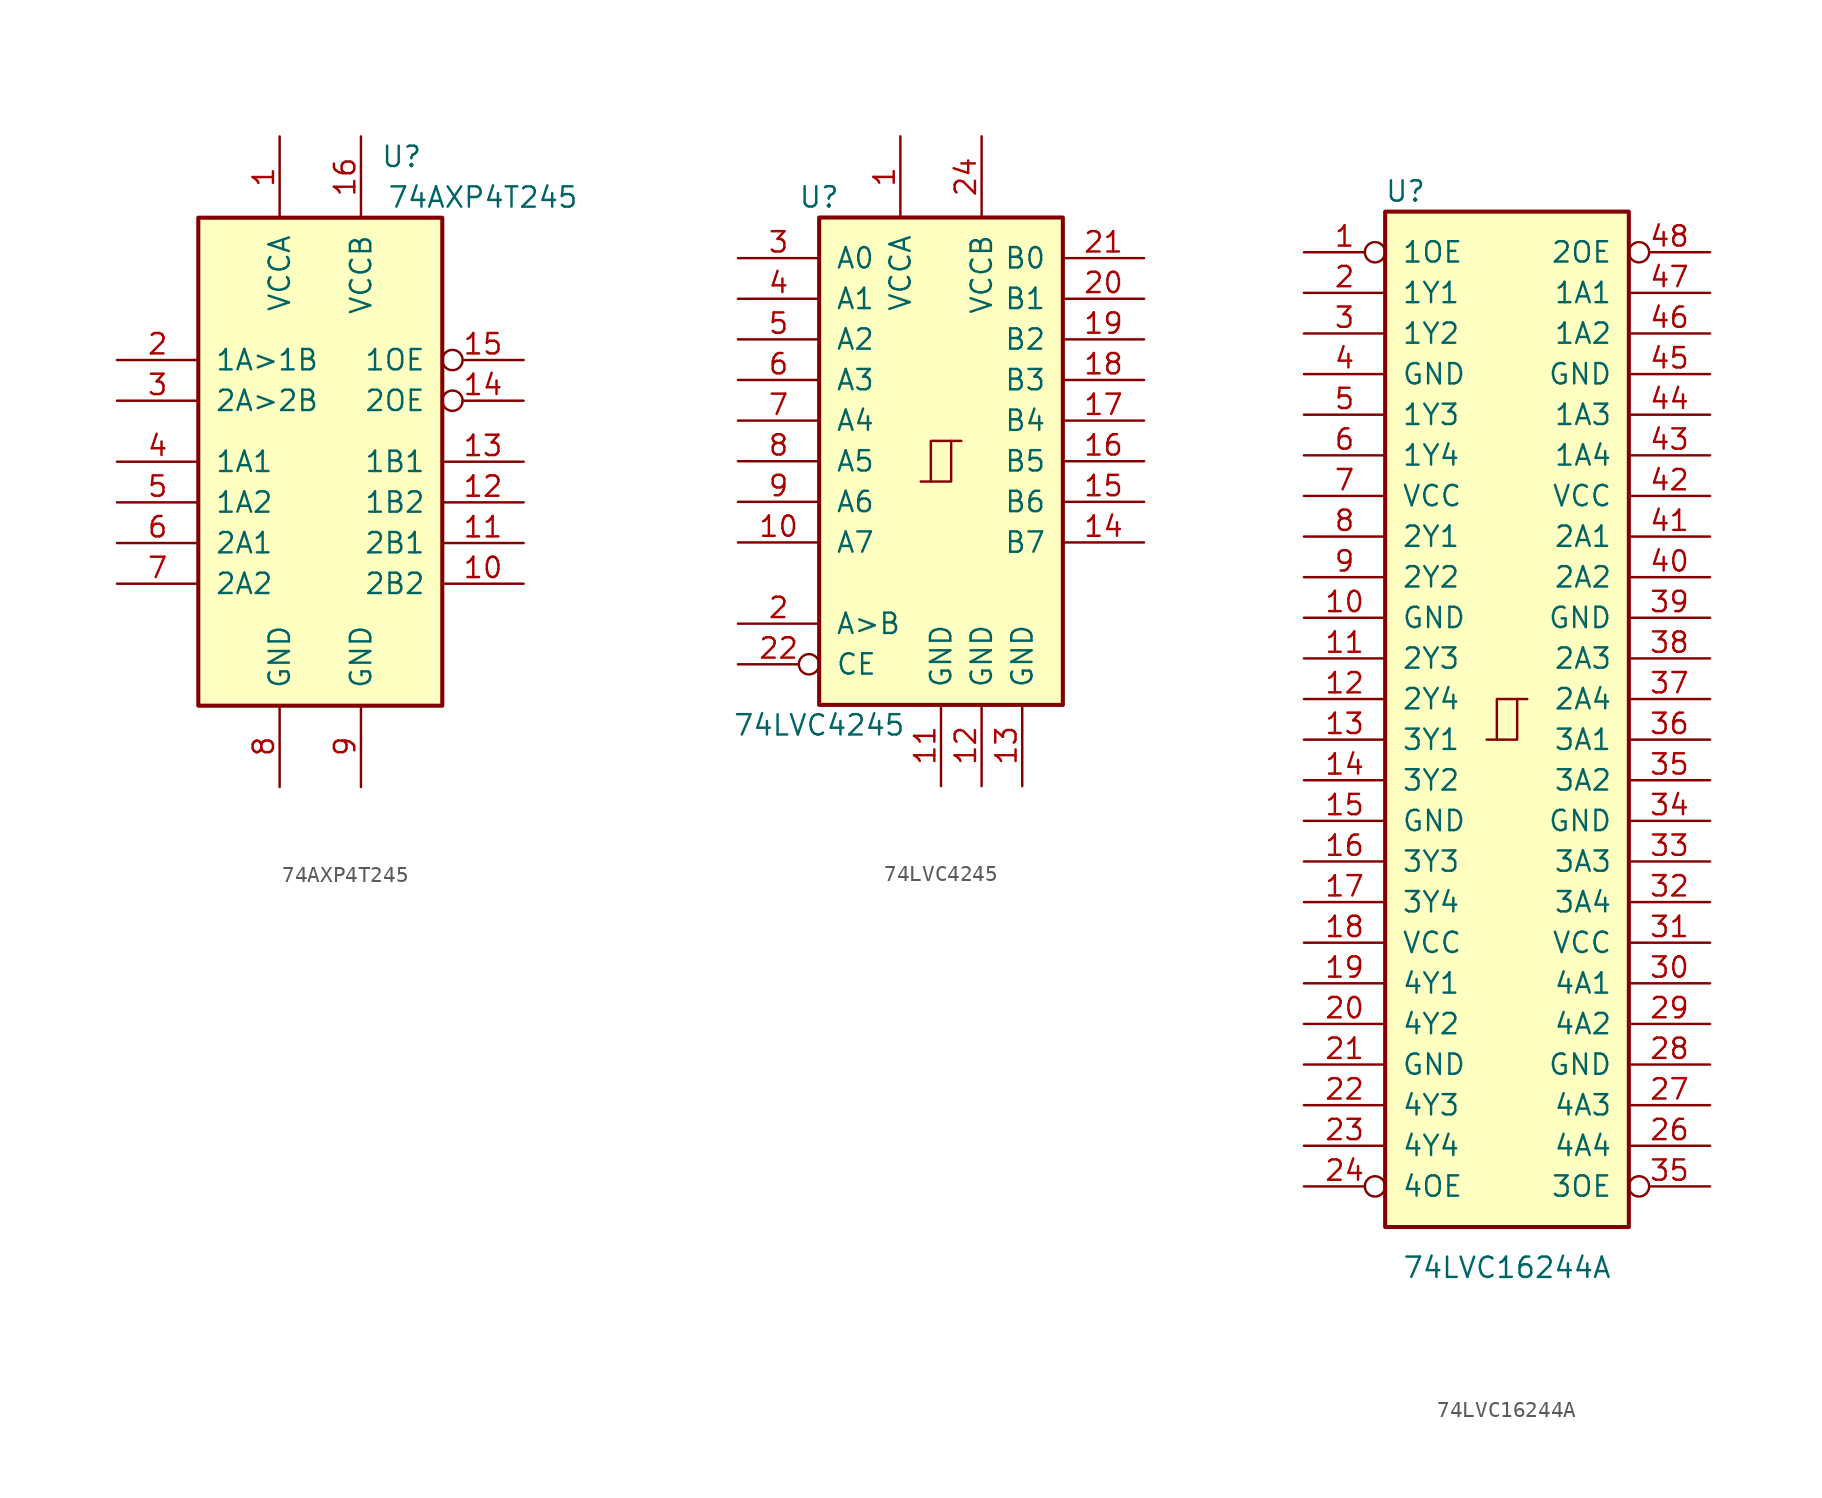
<source format=kicad_sym>
(kicad_symbol_lib
  (version 20220914)
  (generator kicad_symbol_editor)
  (symbol "74AXP4T245"
    (pin_names
      (offset 1.016))
    (property "Reference" "U"
      (at 5.08 19.05 0)
      (effects (font (size 1.27 1.27))))
    (property "Value" "74AXP4T245"
      (at 10.16 16.51 0)
      (effects (font (size 1.27 1.27))))
    (property "ki_locked" ""
      (at 0 0 0)
      (effects (font (size 1.27 1.27))))
    (symbol "74AXP4T245_1_0"
      (pin power_in line (at -2.54 20.32 270) (length 5.08) (name "VCCA" (effects (font (size 1.27 1.27)))) (number "1" (effects (font (size 1.27 1.27)))))
      (pin tri_state line (at 12.7 -7.62 180) (length 5.08) (name "2B2" (effects (font (size 1.27 1.27)))) (number "10" (effects (font (size 1.27 1.27)))))
      (pin tri_state line (at 12.7 -5.08 180) (length 5.08) (name "2B1" (effects (font (size 1.27 1.27)))) (number "11" (effects (font (size 1.27 1.27)))))
      (pin tri_state line (at 12.7 -2.54 180) (length 5.08) (name "1B2" (effects (font (size 1.27 1.27)))) (number "12" (effects (font (size 1.27 1.27)))))
      (pin tri_state line (at 12.7 0 180) (length 5.08) (name "1B1" (effects (font (size 1.27 1.27)))) (number "13" (effects (font (size 1.27 1.27)))))
      (pin input inverted (at 12.7 3.81 180) (length 5.08) (name "2OE" (effects (font (size 1.27 1.27)))) (number "14" (effects (font (size 1.27 1.27)))))
      (pin input inverted (at 12.7 6.35 180) (length 5.08) (name "1OE" (effects (font (size 1.27 1.27)))) (number "15" (effects (font (size 1.27 1.27)))))
      (pin power_in line (at 2.54 20.32 270) (length 5.08) (name "VCCB" (effects (font (size 1.27 1.27)))) (number "16" (effects (font (size 1.27 1.27)))))
      (pin input line (at -12.7 6.35 0) (length 5.08) (name "1A>1B" (effects (font (size 1.27 1.27)))) (number "2" (effects (font (size 1.27 1.27)))))
      (pin input line (at -12.7 3.81 0) (length 5.08) (name "2A>2B" (effects (font (size 1.27 1.27)))) (number "3" (effects (font (size 1.27 1.27)))))
      (pin tri_state line (at -12.7 0 0) (length 5.08) (name "1A1" (effects (font (size 1.27 1.27)))) (number "4" (effects (font (size 1.27 1.27)))))
      (pin tri_state line (at -12.7 -2.54 0) (length 5.08) (name "1A2" (effects (font (size 1.27 1.27)))) (number "5" (effects (font (size 1.27 1.27)))))
      (pin tri_state line (at -12.7 -5.08 0) (length 5.08) (name "2A1" (effects (font (size 1.27 1.27)))) (number "6" (effects (font (size 1.27 1.27)))))
      (pin tri_state line (at -12.7 -7.62 0) (length 5.08) (name "2A2" (effects (font (size 1.27 1.27)))) (number "7" (effects (font (size 1.27 1.27)))))
      (pin power_in line (at -2.54 -20.32 90) (length 5.08) (name "GND" (effects (font (size 1.27 1.27)))) (number "8" (effects (font (size 1.27 1.27)))))
      (pin power_in line (at 2.54 -20.32 90) (length 5.08) (name "GND" (effects (font (size 1.27 1.27)))) (number "9" (effects (font (size 1.27 1.27))))))
    (symbol "74AXP4T245_1_1"
      (rectangle (start -7.62 15.24) (end 7.62 -15.24) (stroke (width 0.254) (type default)) (fill (type background)))))
  (symbol "74LVC4245"
    (pin_names
      (offset 1.016))
    (property "Reference" "U"
      (at -7.62 16.51 0)
      (effects (font (size 1.27 1.27))))
    (property "Value" "74LVC4245"
      (at -7.62 -16.51 0)
      (effects (font (size 1.27 1.27))))
    (property "ki_locked" ""
      (at 0 0 0)
      (effects (font (size 1.27 1.27))))
    (symbol "74LVC4245_1_0"
      (polyline (pts (xy -0.635 -1.27) (xy -0.635 1.27) (xy 0.635 1.27)) (stroke (width 0) (type default)) (fill (type none)))
      (polyline (pts (xy -1.27 -1.27) (xy 0.635 -1.27) (xy 0.635 1.27) (xy 1.27 1.27)) (stroke (width 0) (type default)) (fill (type none)))
      (pin power_in line (at -2.54 20.32 270) (length 5.08) (name "VCCA" (effects (font (size 1.27 1.27)))) (number "1" (effects (font (size 1.27 1.27)))))
      (pin tri_state line (at -12.7 -5.08 0) (length 5.08) (name "A7" (effects (font (size 1.27 1.27)))) (number "10" (effects (font (size 1.27 1.27)))))
      (pin power_in line (at 0 -20.32 90) (length 5.08) (name "GND" (effects (font (size 1.27 1.27)))) (number "11" (effects (font (size 1.27 1.27)))))
      (pin power_in line (at 2.54 -20.32 90) (length 5.08) (name "GND" (effects (font (size 1.27 1.27)))) (number "12" (effects (font (size 1.27 1.27)))))
      (pin power_in line (at 5.08 -20.32 90) (length 5.08) (name "GND" (effects (font (size 1.27 1.27)))) (number "13" (effects (font (size 1.27 1.27)))))
      (pin tri_state line (at 12.7 -5.08 180) (length 5.08) (name "B7" (effects (font (size 1.27 1.27)))) (number "14" (effects (font (size 1.27 1.27)))))
      (pin tri_state line (at 12.7 -2.54 180) (length 5.08) (name "B6" (effects (font (size 1.27 1.27)))) (number "15" (effects (font (size 1.27 1.27)))))
      (pin tri_state line (at 12.7 0 180) (length 5.08) (name "B5" (effects (font (size 1.27 1.27)))) (number "16" (effects (font (size 1.27 1.27)))))
      (pin tri_state line (at 12.7 2.54 180) (length 5.08) (name "B4" (effects (font (size 1.27 1.27)))) (number "17" (effects (font (size 1.27 1.27)))))
      (pin tri_state line (at 12.7 5.08 180) (length 5.08) (name "B3" (effects (font (size 1.27 1.27)))) (number "18" (effects (font (size 1.27 1.27)))))
      (pin tri_state line (at 12.7 7.62 180) (length 5.08) (name "B2" (effects (font (size 1.27 1.27)))) (number "19" (effects (font (size 1.27 1.27)))))
      (pin input line (at -12.7 -10.16 0) (length 5.08) (name "A>B" (effects (font (size 1.27 1.27)))) (number "2" (effects (font (size 1.27 1.27)))))
      (pin tri_state line (at 12.7 10.16 180) (length 5.08) (name "B1" (effects (font (size 1.27 1.27)))) (number "20" (effects (font (size 1.27 1.27)))))
      (pin tri_state line (at 12.7 12.7 180) (length 5.08) (name "B0" (effects (font (size 1.27 1.27)))) (number "21" (effects (font (size 1.27 1.27)))))
      (pin input inverted (at -12.7 -12.7 0) (length 5.08) (name "CE" (effects (font (size 1.27 1.27)))) (number "22" (effects (font (size 1.27 1.27)))))
      (pin power_in line (at 2.54 20.32 270) (length 5.08) (name "VCCB" (effects (font (size 1.27 1.27)))) (number "24" (effects (font (size 1.27 1.27)))))
      (pin tri_state line (at -12.7 12.7 0) (length 5.08) (name "A0" (effects (font (size 1.27 1.27)))) (number "3" (effects (font (size 1.27 1.27)))))
      (pin tri_state line (at -12.7 10.16 0) (length 5.08) (name "A1" (effects (font (size 1.27 1.27)))) (number "4" (effects (font (size 1.27 1.27)))))
      (pin tri_state line (at -12.7 7.62 0) (length 5.08) (name "A2" (effects (font (size 1.27 1.27)))) (number "5" (effects (font (size 1.27 1.27)))))
      (pin tri_state line (at -12.7 5.08 0) (length 5.08) (name "A3" (effects (font (size 1.27 1.27)))) (number "6" (effects (font (size 1.27 1.27)))))
      (pin tri_state line (at -12.7 2.54 0) (length 5.08) (name "A4" (effects (font (size 1.27 1.27)))) (number "7" (effects (font (size 1.27 1.27)))))
      (pin tri_state line (at -12.7 0 0) (length 5.08) (name "A5" (effects (font (size 1.27 1.27)))) (number "8" (effects (font (size 1.27 1.27)))))
      (pin tri_state line (at -12.7 -2.54 0) (length 5.08) (name "A6" (effects (font (size 1.27 1.27)))) (number "9" (effects (font (size 1.27 1.27))))))
    (symbol "74LVC4245_1_1"
      (rectangle (start -7.62 15.24) (end 7.62 -15.24) (stroke (width 0.254) (type default)) (fill (type background)))))
  (symbol "74LVC16244A"
    (pin_names
      (offset 1.016))
    (property "Reference" "U"
      (at -6.35 33.02 0)
      (effects (font (size 1.27 1.27))))
    (property "Value" "74LVC16244A"
      (at 0 -34.29 0)
      (effects (font (size 1.27 1.27))))
    (property "ki_locked" ""
      (at 0 0 0)
      (effects (font (size 1.27 1.27))))
    (symbol "74LVC16244A_1_0"
      (polyline (pts (xy -0.635 -1.27) (xy -0.635 1.27) (xy 0.635 1.27)) (stroke (width 0) (type default)) (fill (type none)))
      (polyline (pts (xy -1.27 -1.27) (xy 0.635 -1.27) (xy 0.635 1.27) (xy 1.27 1.27)) (stroke (width 0) (type default)) (fill (type none))))
    (symbol "74LVC16244A_1_1"
      (rectangle (start -7.62 31.75) (end 7.62 -31.75) (stroke (width 0.254) (type default)) (fill (type background)))
      (pin input inverted (at -12.7 29.21 0) (length 5.08) (name "1OE" (effects (font (size 1.27 1.27)))) (number "1" (effects (font (size 1.27 1.27)))))
      (pin power_in line (at -12.7 6.35 0) (length 5.08) (name "GND" (effects (font (size 1.27 1.27)))) (number "10" (effects (font (size 1.27 1.27)))))
      (pin output line (at -12.7 3.81 0) (length 5.08) (name "2Y3" (effects (font (size 1.27 1.27)))) (number "11" (effects (font (size 1.27 1.27)))))
      (pin output line (at -12.7 1.27 0) (length 5.08) (name "2Y4" (effects (font (size 1.27 1.27)))) (number "12" (effects (font (size 1.27 1.27)))))
      (pin output line (at -12.7 -1.27 0) (length 5.08) (name "3Y1" (effects (font (size 1.27 1.27)))) (number "13" (effects (font (size 1.27 1.27)))))
      (pin output line (at -12.7 -3.81 0) (length 5.08) (name "3Y2" (effects (font (size 1.27 1.27)))) (number "14" (effects (font (size 1.27 1.27)))))
      (pin power_in line (at -12.7 -6.35 0) (length 5.08) (name "GND" (effects (font (size 1.27 1.27)))) (number "15" (effects (font (size 1.27 1.27)))))
      (pin output line (at -12.7 -8.89 0) (length 5.08) (name "3Y3" (effects (font (size 1.27 1.27)))) (number "16" (effects (font (size 1.27 1.27)))))
      (pin output line (at -12.7 -11.43 0) (length 5.08) (name "3Y4" (effects (font (size 1.27 1.27)))) (number "17" (effects (font (size 1.27 1.27)))))
      (pin power_in line (at -12.7 -13.97 0) (length 5.08) (name "VCC" (effects (font (size 1.27 1.27)))) (number "18" (effects (font (size 1.27 1.27)))))
      (pin output line (at -12.7 -16.51 0) (length 5.08) (name "4Y1" (effects (font (size 1.27 1.27)))) (number "19" (effects (font (size 1.27 1.27)))))
      (pin output line (at -12.7 26.67 0) (length 5.08) (name "1Y1" (effects (font (size 1.27 1.27)))) (number "2" (effects (font (size 1.27 1.27)))))
      (pin output line (at -12.7 -19.05 0) (length 5.08) (name "4Y2" (effects (font (size 1.27 1.27)))) (number "20" (effects (font (size 1.27 1.27)))))
      (pin power_in line (at -12.7 -21.59 0) (length 5.08) (name "GND" (effects (font (size 1.27 1.27)))) (number "21" (effects (font (size 1.27 1.27)))))
      (pin output line (at -12.7 -24.13 0) (length 5.08) (name "4Y3" (effects (font (size 1.27 1.27)))) (number "22" (effects (font (size 1.27 1.27)))))
      (pin output line (at -12.7 -26.67 0) (length 5.08) (name "4Y4" (effects (font (size 1.27 1.27)))) (number "23" (effects (font (size 1.27 1.27)))))
      (pin input inverted (at -12.7 -29.21 0) (length 5.08) (name "4OE" (effects (font (size 1.27 1.27)))) (number "24" (effects (font (size 1.27 1.27)))))
      (pin input line (at 12.7 -26.67 180) (length 5.08) (name "4A4" (effects (font (size 1.27 1.27)))) (number "26" (effects (font (size 1.27 1.27)))))
      (pin input line (at 12.7 -24.13 180) (length 5.08) (name "4A3" (effects (font (size 1.27 1.27)))) (number "27" (effects (font (size 1.27 1.27)))))
      (pin power_in line (at 12.7 -21.59 180) (length 5.08) (name "GND" (effects (font (size 1.27 1.27)))) (number "28" (effects (font (size 1.27 1.27)))))
      (pin input line (at 12.7 -19.05 180) (length 5.08) (name "4A2" (effects (font (size 1.27 1.27)))) (number "29" (effects (font (size 1.27 1.27)))))
      (pin output line (at -12.7 24.13 0) (length 5.08) (name "1Y2" (effects (font (size 1.27 1.27)))) (number "3" (effects (font (size 1.27 1.27)))))
      (pin input line (at 12.7 -16.51 180) (length 5.08) (name "4A1" (effects (font (size 1.27 1.27)))) (number "30" (effects (font (size 1.27 1.27)))))
      (pin power_in line (at 12.7 -13.97 180) (length 5.08) (name "VCC" (effects (font (size 1.27 1.27)))) (number "31" (effects (font (size 1.27 1.27)))))
      (pin input line (at 12.7 -11.43 180) (length 5.08) (name "3A4" (effects (font (size 1.27 1.27)))) (number "32" (effects (font (size 1.27 1.27)))))
      (pin input line (at 12.7 -8.89 180) (length 5.08) (name "3A3" (effects (font (size 1.27 1.27)))) (number "33" (effects (font (size 1.27 1.27)))))
      (pin power_in line (at 12.7 -6.35 180) (length 5.08) (name "GND" (effects (font (size 1.27 1.27)))) (number "34" (effects (font (size 1.27 1.27)))))
      (pin input line (at 12.7 -3.81 180) (length 5.08) (name "3A2" (effects (font (size 1.27 1.27)))) (number "35" (effects (font (size 1.27 1.27)))))
      (pin input inverted (at 12.7 -29.21 180) (length 5.08) (name "3OE" (effects (font (size 1.27 1.27)))) (number "35" (effects (font (size 1.27 1.27)))))
      (pin input line (at 12.7 -1.27 180) (length 5.08) (name "3A1" (effects (font (size 1.27 1.27)))) (number "36" (effects (font (size 1.27 1.27)))))
      (pin input line (at 12.7 1.27 180) (length 5.08) (name "2A4" (effects (font (size 1.27 1.27)))) (number "37" (effects (font (size 1.27 1.27)))))
      (pin input line (at 12.7 3.81 180) (length 5.08) (name "2A3" (effects (font (size 1.27 1.27)))) (number "38" (effects (font (size 1.27 1.27)))))
      (pin power_in line (at 12.7 6.35 180) (length 5.08) (name "GND" (effects (font (size 1.27 1.27)))) (number "39" (effects (font (size 1.27 1.27)))))
      (pin power_in line (at -12.7 21.59 0) (length 5.08) (name "GND" (effects (font (size 1.27 1.27)))) (number "4" (effects (font (size 1.27 1.27)))))
      (pin input line (at 12.7 8.89 180) (length 5.08) (name "2A2" (effects (font (size 1.27 1.27)))) (number "40" (effects (font (size 1.27 1.27)))))
      (pin input line (at 12.7 11.43 180) (length 5.08) (name "2A1" (effects (font (size 1.27 1.27)))) (number "41" (effects (font (size 1.27 1.27)))))
      (pin power_in line (at 12.7 13.97 180) (length 5.08) (name "VCC" (effects (font (size 1.27 1.27)))) (number "42" (effects (font (size 1.27 1.27)))))
      (pin input line (at 12.7 16.51 180) (length 5.08) (name "1A4" (effects (font (size 1.27 1.27)))) (number "43" (effects (font (size 1.27 1.27)))))
      (pin input line (at 12.7 19.05 180) (length 5.08) (name "1A3" (effects (font (size 1.27 1.27)))) (number "44" (effects (font (size 1.27 1.27)))))
      (pin power_in line (at 12.7 21.59 180) (length 5.08) (name "GND" (effects (font (size 1.27 1.27)))) (number "45" (effects (font (size 1.27 1.27)))))
      (pin input line (at 12.7 24.13 180) (length 5.08) (name "1A2" (effects (font (size 1.27 1.27)))) (number "46" (effects (font (size 1.27 1.27)))))
      (pin input line (at 12.7 26.67 180) (length 5.08) (name "1A1" (effects (font (size 1.27 1.27)))) (number "47" (effects (font (size 1.27 1.27)))))
      (pin input inverted (at 12.7 29.21 180) (length 5.08) (name "2OE" (effects (font (size 1.27 1.27)))) (number "48" (effects (font (size 1.27 1.27)))))
      (pin output line (at -12.7 19.05 0) (length 5.08) (name "1Y3" (effects (font (size 1.27 1.27)))) (number "5" (effects (font (size 1.27 1.27)))))
      (pin output line (at -12.7 16.51 0) (length 5.08) (name "1Y4" (effects (font (size 1.27 1.27)))) (number "6" (effects (font (size 1.27 1.27)))))
      (pin power_in line (at -12.7 13.97 0) (length 5.08) (name "VCC" (effects (font (size 1.27 1.27)))) (number "7" (effects (font (size 1.27 1.27)))))
      (pin output line (at -12.7 11.43 0) (length 5.08) (name "2Y1" (effects (font (size 1.27 1.27)))) (number "8" (effects (font (size 1.27 1.27)))))
      (pin output line (at -12.7 8.89 0) (length 5.08) (name "2Y2" (effects (font (size 1.27 1.27)))) (number "9" (effects (font (size 1.27 1.27))))))))
</source>
